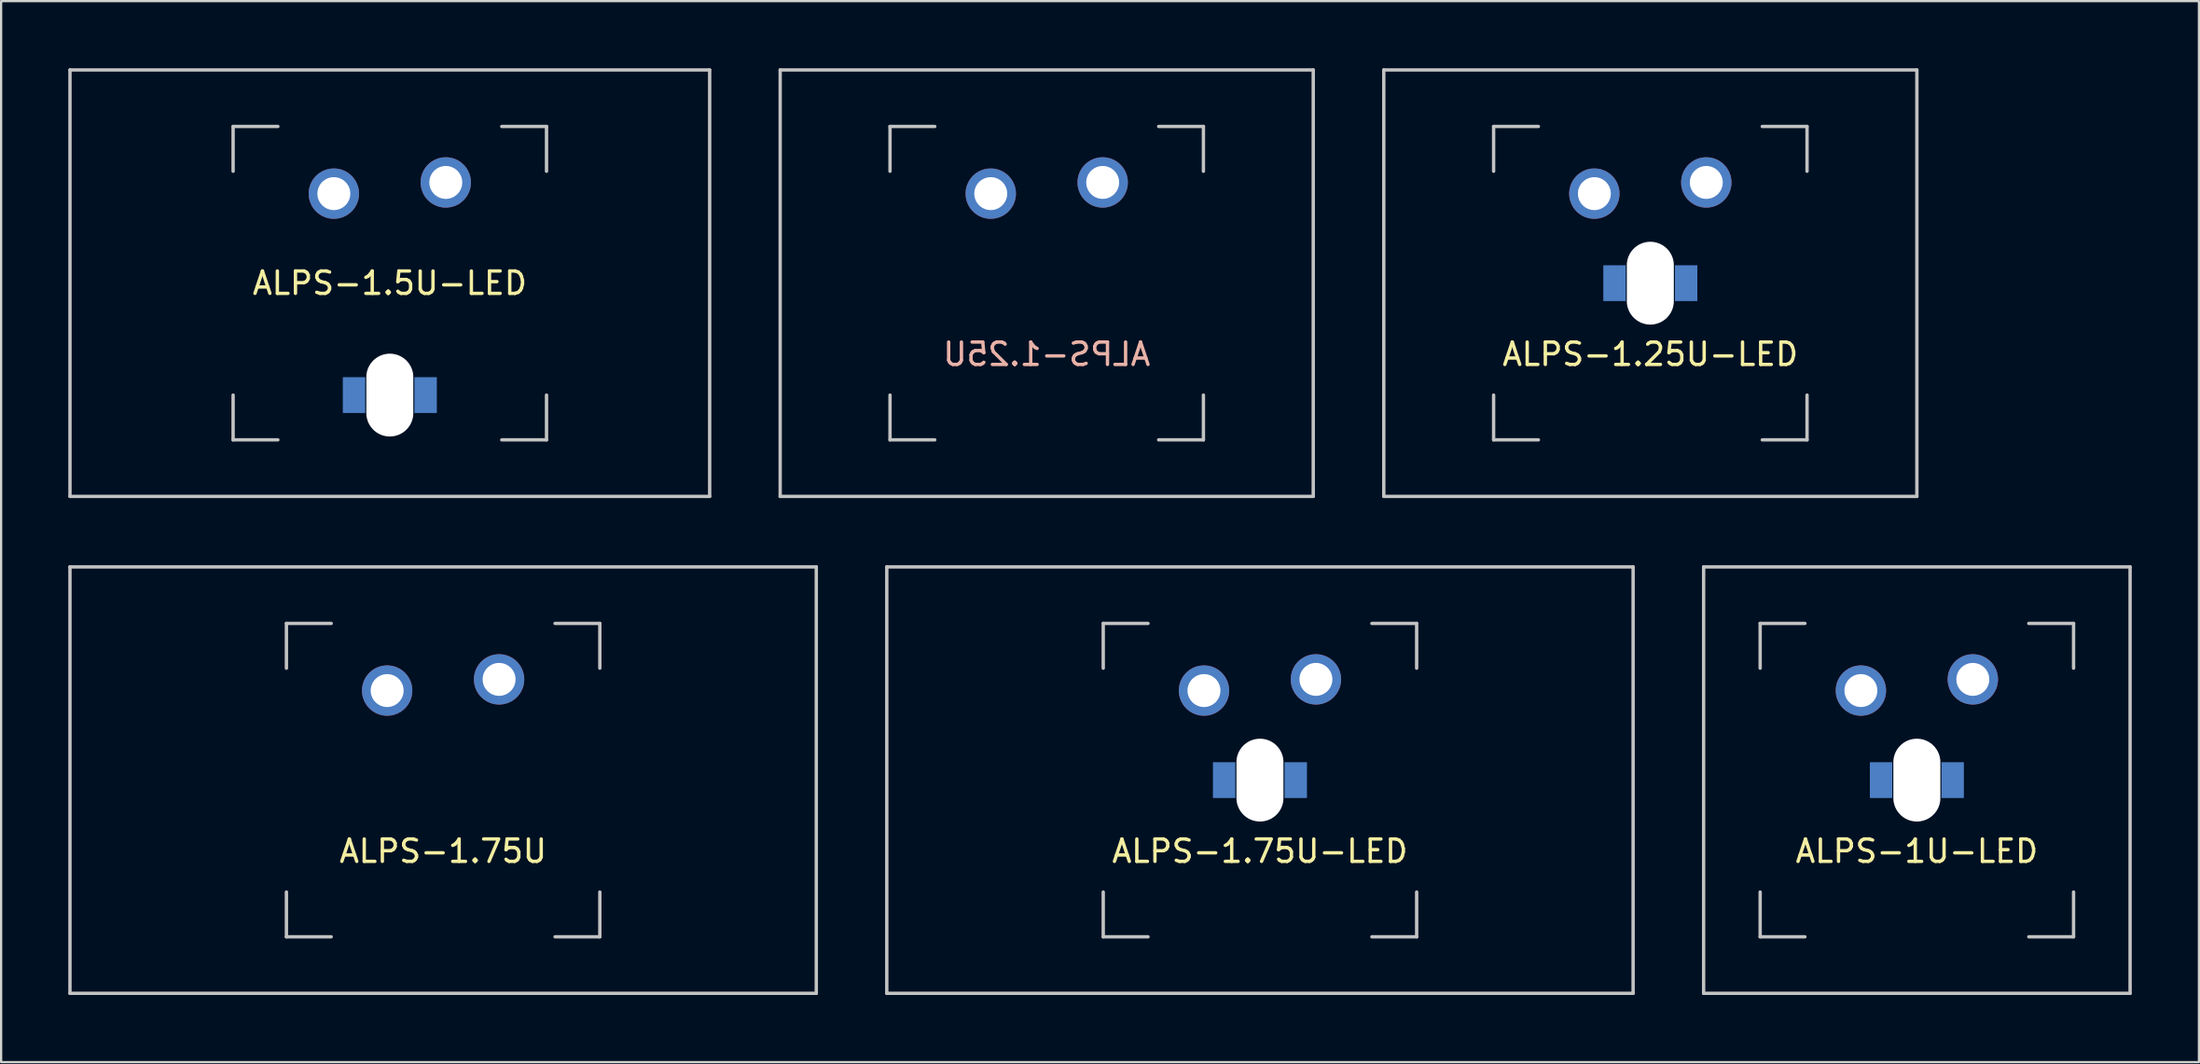
<source format=kicad_pcb>
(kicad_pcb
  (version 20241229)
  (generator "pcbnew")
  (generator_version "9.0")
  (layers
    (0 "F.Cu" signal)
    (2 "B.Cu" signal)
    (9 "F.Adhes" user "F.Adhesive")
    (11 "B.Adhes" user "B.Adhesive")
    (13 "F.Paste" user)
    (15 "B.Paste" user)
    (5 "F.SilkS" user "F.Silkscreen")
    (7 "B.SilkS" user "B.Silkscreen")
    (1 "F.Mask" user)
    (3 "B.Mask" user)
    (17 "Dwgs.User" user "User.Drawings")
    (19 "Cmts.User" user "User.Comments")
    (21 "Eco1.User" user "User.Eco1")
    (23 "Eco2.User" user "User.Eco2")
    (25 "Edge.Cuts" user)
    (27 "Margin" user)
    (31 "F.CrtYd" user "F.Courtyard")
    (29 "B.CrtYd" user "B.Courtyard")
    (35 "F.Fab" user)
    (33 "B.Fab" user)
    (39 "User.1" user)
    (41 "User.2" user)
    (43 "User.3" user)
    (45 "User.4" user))
  (footprint "ALPS-1.25U"
    (layer "F.Cu")
    (at 43.706 9.6)
    (property "Reference" "ALPS-1.25U" (at 0 3.175 0) (layer "B.SilkS") (effects (font (size 1 1) (thickness 0.15)) (justify mirror)))
    (attr through_hole)
    (fp_line (start -11.906 -9.525) (end 11.906 -9.525) (stroke (width 0.15) (type solid)) (layer "Dwgs.User"))
    (fp_line (start -11.906 9.525) (end -11.906 -9.525) (stroke (width 0.15) (type solid)) (layer "Dwgs.User"))
    (fp_line (start -11.906 9.525) (end 11.906 9.525) (stroke (width 0.15) (type solid)) (layer "Dwgs.User"))
    (fp_line (start -7 -7) (end -7 -5) (stroke (width 0.15) (type solid)) (layer "Dwgs.User"))
    (fp_line (start -7 5) (end -7 7) (stroke (width 0.15) (type solid)) (layer "Dwgs.User"))
    (fp_line (start -7 7) (end -5 7) (stroke (width 0.15) (type solid)) (layer "Dwgs.User"))
    (fp_line (start -5 -7) (end -7 -7) (stroke (width 0.15) (type solid)) (layer "Dwgs.User"))
    (fp_line (start 5 -7) (end 7 -7) (stroke (width 0.15) (type solid)) (layer "Dwgs.User"))
    (fp_line (start 5 7) (end 7 7) (stroke (width 0.15) (type solid)) (layer "Dwgs.User"))
    (fp_line (start 7 -7) (end 7 -5) (stroke (width 0.15) (type solid)) (layer "Dwgs.User"))
    (fp_line (start 7 7) (end 7 5) (stroke (width 0.15) (type solid)) (layer "Dwgs.User"))
    (fp_line (start 11.906 -9.525) (end 11.906 9.525) (stroke (width 0.15) (type solid)) (layer "Dwgs.User"))
    (pad "1" thru_hole circle (at -2.5 -4) (size 2.25 2.25) (drill 1.47) (layers "*.Cu" "*.Mask"))
    (pad "2" thru_hole circle (at 2.5 -4.5) (size 2.25 2.25) (drill 1.47) (layers "*.Cu" "*.Mask")))
  (footprint "ALPS-1.75U"
    (layer "F.Cu")
    (at 16.744 31.8)
    (property "Reference" "ALPS-1.75U" (at 0 3.175 0) (layer "F.SilkS") (effects (font (size 1 1) (thickness 0.15))))
    (attr through_hole)
    (fp_line (start -16.669 -9.525) (end 16.669 -9.525) (stroke (width 0.15) (type solid)) (layer "Dwgs.User"))
    (fp_line (start -16.669 9.525) (end -16.669 -9.525) (stroke (width 0.15) (type solid)) (layer "Dwgs.User"))
    (fp_line (start -16.669 9.525) (end 16.669 9.525) (stroke (width 0.15) (type solid)) (layer "Dwgs.User"))
    (fp_line (start -7 -7) (end -7 -5) (stroke (width 0.15) (type solid)) (layer "Dwgs.User"))
    (fp_line (start -7 5) (end -7 7) (stroke (width 0.15) (type solid)) (layer "Dwgs.User"))
    (fp_line (start -7 7) (end -5 7) (stroke (width 0.15) (type solid)) (layer "Dwgs.User"))
    (fp_line (start -5 -7) (end -7 -7) (stroke (width 0.15) (type solid)) (layer "Dwgs.User"))
    (fp_line (start 5 -7) (end 7 -7) (stroke (width 0.15) (type solid)) (layer "Dwgs.User"))
    (fp_line (start 5 7) (end 7 7) (stroke (width 0.15) (type solid)) (layer "Dwgs.User"))
    (fp_line (start 7 -7) (end 7 -5) (stroke (width 0.15) (type solid)) (layer "Dwgs.User"))
    (fp_line (start 7 7) (end 7 5) (stroke (width 0.15) (type solid)) (layer "Dwgs.User"))
    (fp_line (start 16.669 -9.525) (end 16.669 9.525) (stroke (width 0.15) (type solid)) (layer "Dwgs.User"))
    (pad "1" thru_hole circle (at -2.5 -4) (size 2.25 2.25) (drill 1.47) (layers "*.Cu" "*.Mask"))
    (pad "2" thru_hole circle (at 2.5 -4.5) (size 2.25 2.25) (drill 1.47) (layers "*.Cu" "*.Mask")))
  (footprint "ALPS-1U-LED"
    (layer "F.Cu")
    (at 82.575 31.8)
    (property "Reference" "ALPS-1U-LED" (at 0 3.175 0) (layer "F.SilkS") (effects (font (size 1 1) (thickness 0.15))))
    (attr through_hole)
    (fp_line (start -9.525 -9.525) (end 9.525 -9.525) (stroke (width 0.15) (type solid)) (layer "Dwgs.User"))
    (fp_line (start -9.525 9.525) (end -9.525 -9.525) (stroke (width 0.15) (type solid)) (layer "Dwgs.User"))
    (fp_line (start -9.525 9.525) (end 9.525 9.525) (stroke (width 0.15) (type solid)) (layer "Dwgs.User"))
    (fp_line (start -7 -7) (end -7 -5) (stroke (width 0.15) (type solid)) (layer "Dwgs.User"))
    (fp_line (start -7 5) (end -7 7) (stroke (width 0.15) (type solid)) (layer "Dwgs.User"))
    (fp_line (start -7 7) (end -5 7) (stroke (width 0.15) (type solid)) (layer "Dwgs.User"))
    (fp_line (start -5 -7) (end -7 -7) (stroke (width 0.15) (type solid)) (layer "Dwgs.User"))
    (fp_line (start 5 -7) (end 7 -7) (stroke (width 0.15) (type solid)) (layer "Dwgs.User"))
    (fp_line (start 5 7) (end 7 7) (stroke (width 0.15) (type solid)) (layer "Dwgs.User"))
    (fp_line (start 7 -7) (end 7 -5) (stroke (width 0.15) (type solid)) (layer "Dwgs.User"))
    (fp_line (start 7 7) (end 7 5) (stroke (width 0.15) (type solid)) (layer "Dwgs.User"))
    (fp_line (start 9.525 -9.525) (end 9.525 9.525) (stroke (width 0.15) (type solid)) (layer "Dwgs.User"))
    (pad "" np_thru_hole oval (at 0 0) (size 2.1 3.7) (drill oval 2.1 3.7) (layers "*.Cu" "*.Mask"))
    (pad "1" thru_hole circle (at -2.5 -4) (size 2.25 2.25) (drill 1.47) (layers "*.Cu" "*.Mask"))
    (pad "2" thru_hole circle (at 2.5 -4.5) (size 2.25 2.25) (drill 1.47) (layers "*.Cu" "*.Mask"))
    (pad "3" smd rect (at -1.6 0) (size 1 1.6) (layers "B.Cu" "B.Mask" "B.Paste"))
    (pad "4" smd rect (at 1.6 0) (size 1 1.6) (layers "B.Cu" "B.Mask" "B.Paste")))
  (footprint "ALPS-1.5U-LED"
    (layer "F.Cu")
    (at 14.363 9.6)
    (property "Reference" "ALPS-1.5U-LED" (at 0 0 0) (layer "F.SilkS") (effects (font (size 1 1) (thickness 0.15))))
    (attr through_hole)
    (fp_line (start -14.287 -9.525) (end 14.287 -9.525) (stroke (width 0.15) (type solid)) (layer "Dwgs.User"))
    (fp_line (start -14.287 9.525) (end -14.287 -9.525) (stroke (width 0.15) (type solid)) (layer "Dwgs.User"))
    (fp_line (start -14.287 9.525) (end 14.287 9.525) (stroke (width 0.15) (type solid)) (layer "Dwgs.User"))
    (fp_line (start -7 -7) (end -7 -5) (stroke (width 0.15) (type solid)) (layer "Dwgs.User"))
    (fp_line (start -7 5) (end -7 7) (stroke (width 0.15) (type solid)) (layer "Dwgs.User"))
    (fp_line (start -7 7) (end -5 7) (stroke (width 0.15) (type solid)) (layer "Dwgs.User"))
    (fp_line (start -5 -7) (end -7 -7) (stroke (width 0.15) (type solid)) (layer "Dwgs.User"))
    (fp_line (start 5 -7) (end 7 -7) (stroke (width 0.15) (type solid)) (layer "Dwgs.User"))
    (fp_line (start 5 7) (end 7 7) (stroke (width 0.15) (type solid)) (layer "Dwgs.User"))
    (fp_line (start 7 -7) (end 7 -5) (stroke (width 0.15) (type solid)) (layer "Dwgs.User"))
    (fp_line (start 7 7) (end 7 5) (stroke (width 0.15) (type solid)) (layer "Dwgs.User"))
    (fp_line (start 14.287 -9.525) (end 14.287 9.525) (stroke (width 0.15) (type solid)) (layer "Dwgs.User"))
    (pad "" np_thru_hole oval (at 0 5) (size 2.1 3.7) (drill oval 2.1 3.7) (layers "*.Cu" "*.Mask"))
    (pad "1" thru_hole circle (at -2.5 -4) (size 2.25 2.25) (drill 1.47) (layers "*.Cu" "*.Mask"))
    (pad "2" thru_hole circle (at 2.5 -4.5) (size 2.25 2.25) (drill 1.47) (layers "*.Cu" "*.Mask"))
    (pad "3" smd rect (at -1.6 5) (size 1 1.6) (layers "B.Cu" "B.Mask" "B.Paste"))
    (pad "4" smd rect (at 1.6 5) (size 1 1.6) (layers "B.Cu" "B.Mask" "B.Paste")))
  (footprint "ALPS-1.75U-LED"
    (layer "F.Cu")
    (at 53.231 31.8)
    (property "Reference" "ALPS-1.75U-LED" (at 0 3.175 0) (layer "F.SilkS") (effects (font (size 1 1) (thickness 0.15))))
    (attr through_hole)
    (fp_line (start -16.669 -9.525) (end 16.669 -9.525) (stroke (width 0.15) (type solid)) (layer "Dwgs.User"))
    (fp_line (start -16.669 9.525) (end -16.669 -9.525) (stroke (width 0.15) (type solid)) (layer "Dwgs.User"))
    (fp_line (start -16.669 9.525) (end 16.669 9.525) (stroke (width 0.15) (type solid)) (layer "Dwgs.User"))
    (fp_line (start -7 -7) (end -7 -5) (stroke (width 0.15) (type solid)) (layer "Dwgs.User"))
    (fp_line (start -7 5) (end -7 7) (stroke (width 0.15) (type solid)) (layer "Dwgs.User"))
    (fp_line (start -7 7) (end -5 7) (stroke (width 0.15) (type solid)) (layer "Dwgs.User"))
    (fp_line (start -5 -7) (end -7 -7) (stroke (width 0.15) (type solid)) (layer "Dwgs.User"))
    (fp_line (start 5 -7) (end 7 -7) (stroke (width 0.15) (type solid)) (layer "Dwgs.User"))
    (fp_line (start 5 7) (end 7 7) (stroke (width 0.15) (type solid)) (layer "Dwgs.User"))
    (fp_line (start 7 -7) (end 7 -5) (stroke (width 0.15) (type solid)) (layer "Dwgs.User"))
    (fp_line (start 7 7) (end 7 5) (stroke (width 0.15) (type solid)) (layer "Dwgs.User"))
    (fp_line (start 16.669 -9.525) (end 16.669 9.525) (stroke (width 0.15) (type solid)) (layer "Dwgs.User"))
    (pad "" np_thru_hole oval (at 0 0) (size 2.1 3.7) (drill oval 2.1 3.7) (layers "*.Cu" "*.Mask"))
    (pad "1" thru_hole circle (at -2.5 -4) (size 2.25 2.25) (drill 1.47) (layers "*.Cu" "*.Mask"))
    (pad "2" thru_hole circle (at 2.5 -4.5) (size 2.25 2.25) (drill 1.47) (layers "*.Cu" "*.Mask"))
    (pad "3" smd rect (at -1.6 0) (size 1 1.6) (layers "F.Mask" "B.Cu" "F.Paste"))
    (pad "4" smd rect (at 1.6 0) (size 1 1.6) (layers "F.Mask" "B.Cu" "F.Paste")))
  (footprint "ALPS-1.25U-LED"
    (layer "F.Cu")
    (at 70.669 9.6)
    (property "Reference" "ALPS-1.25U-LED" (at 0 3.175 0) (layer "F.SilkS") (effects (font (size 1 1) (thickness 0.15))))
    (attr through_hole)
    (fp_line (start -11.906 -9.525) (end 11.906 -9.525) (stroke (width 0.15) (type solid)) (layer "Dwgs.User"))
    (fp_line (start -11.906 9.525) (end -11.906 -9.525) (stroke (width 0.15) (type solid)) (layer "Dwgs.User"))
    (fp_line (start -11.906 9.525) (end 11.906 9.525) (stroke (width 0.15) (type solid)) (layer "Dwgs.User"))
    (fp_line (start -7 -7) (end -7 -5) (stroke (width 0.15) (type solid)) (layer "Dwgs.User"))
    (fp_line (start -7 5) (end -7 7) (stroke (width 0.15) (type solid)) (layer "Dwgs.User"))
    (fp_line (start -7 7) (end -5 7) (stroke (width 0.15) (type solid)) (layer "Dwgs.User"))
    (fp_line (start -5 -7) (end -7 -7) (stroke (width 0.15) (type solid)) (layer "Dwgs.User"))
    (fp_line (start 5 -7) (end 7 -7) (stroke (width 0.15) (type solid)) (layer "Dwgs.User"))
    (fp_line (start 5 7) (end 7 7) (stroke (width 0.15) (type solid)) (layer "Dwgs.User"))
    (fp_line (start 7 -7) (end 7 -5) (stroke (width 0.15) (type solid)) (layer "Dwgs.User"))
    (fp_line (start 7 7) (end 7 5) (stroke (width 0.15) (type solid)) (layer "Dwgs.User"))
    (fp_line (start 11.906 -9.525) (end 11.906 9.525) (stroke (width 0.15) (type solid)) (layer "Dwgs.User"))
    (pad "" np_thru_hole oval (at 0 0) (size 2.1 3.7) (drill oval 2.1 3.7) (layers "*.Cu" "*.Mask"))
    (pad "1" thru_hole circle (at -2.5 -4) (size 2.25 2.25) (drill 1.47) (layers "*.Cu" "*.Mask"))
    (pad "2" thru_hole circle (at 2.5 -4.5) (size 2.25 2.25) (drill 1.47) (layers "*.Cu" "*.Mask"))
    (pad "3" smd rect (at -1.6 0) (size 1 1.6) (layers "F.Mask" "B.Cu" "F.Paste"))
    (pad "4" smd rect (at 1.6 0) (size 1 1.6) (layers "F.Mask" "B.Cu" "F.Paste")))
  (gr_rect
    (start -3 -3)
    (end 95.175 44.4)
    (stroke (width 0.1) (type default))
    (fill no)
    (layer "Edge.Cuts")))
</source>
